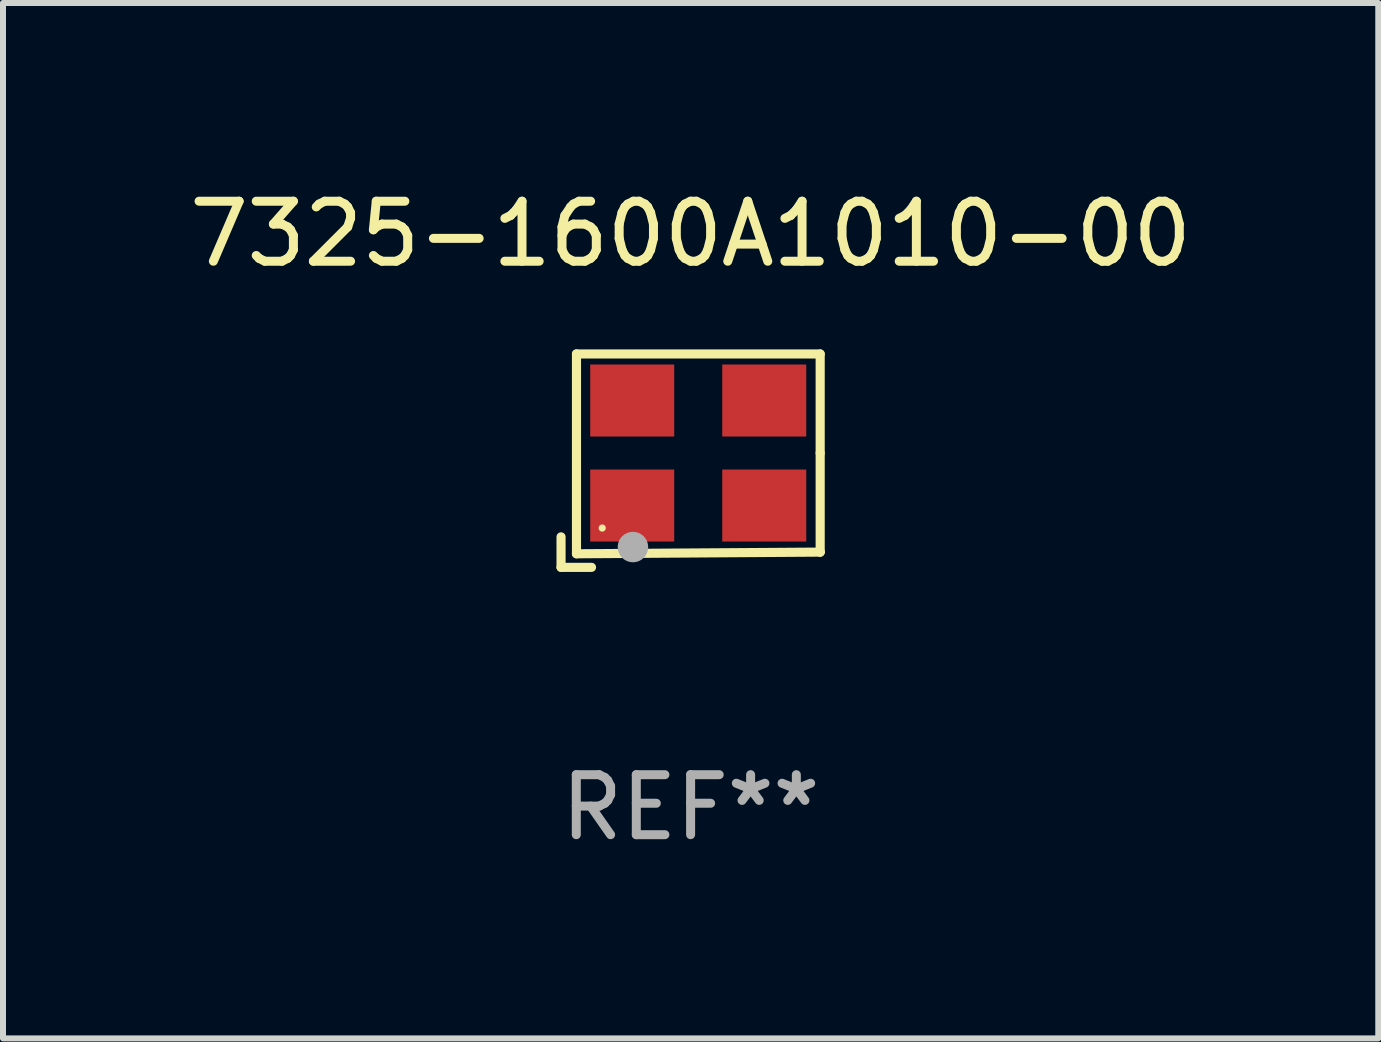
<source format=kicad_pcb>
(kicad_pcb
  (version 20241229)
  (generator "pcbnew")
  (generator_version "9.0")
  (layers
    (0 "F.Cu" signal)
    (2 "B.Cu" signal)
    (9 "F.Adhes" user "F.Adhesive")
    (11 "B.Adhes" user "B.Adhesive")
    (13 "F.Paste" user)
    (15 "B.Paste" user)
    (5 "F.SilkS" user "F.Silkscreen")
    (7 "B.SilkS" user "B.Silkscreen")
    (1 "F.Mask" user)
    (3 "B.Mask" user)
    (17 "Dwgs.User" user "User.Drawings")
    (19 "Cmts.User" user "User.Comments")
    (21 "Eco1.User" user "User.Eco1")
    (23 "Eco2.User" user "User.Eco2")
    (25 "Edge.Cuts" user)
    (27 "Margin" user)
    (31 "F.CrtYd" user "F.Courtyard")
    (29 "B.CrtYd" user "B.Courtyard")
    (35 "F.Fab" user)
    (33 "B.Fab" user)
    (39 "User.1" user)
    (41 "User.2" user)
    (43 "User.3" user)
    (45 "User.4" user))
  (footprint "7325-1600A1010-00"
    (layer "F.Cu")
    (at 8.458 4.626)
    (property "Reference" "7325-1600A1010-00" (at 0 -3.778 0) (layer "F.SilkS") (effects (font (size 1 1) (thickness 0.15))))
    (attr through_hole)
    (fp_line (start -2.159 1.27) (end -2.159 1.778) (stroke (width 0.152) (type solid)) (layer "F.SilkS"))
    (fp_line (start -2.159 1.778) (end -1.651 1.778) (stroke (width 0.152) (type solid)) (layer "F.SilkS"))
    (fp_line (start -1.902 -1.778) (end 2.159 -1.778) (stroke (width 0.152) (type solid)) (layer "F.SilkS"))
    (fp_line (start -1.902 1.552) (end -1.902 -1.778) (stroke (width 0.152) (type solid)) (layer "F.SilkS"))
    (fp_line (start 2.159 -1.778) (end 2.159 -0.127) (stroke (width 0.152) (type solid)) (layer "F.SilkS"))
    (fp_line (start 2.159 -0.127) (end 2.159 1.524) (stroke (width 0.152) (type solid)) (layer "F.SilkS"))
    (fp_line (start 2.159 1.524) (end -1.902 1.552) (stroke (width 0.152) (type solid)) (layer "F.SilkS"))
    (fp_line (start 2.159 1.524) (end 2.159 1.524) (stroke (width 0.152) (type solid)) (layer "F.SilkS"))
    (fp_circle (center -1.473 1.123) (end -1.443 1.123) (stroke (width 0.06) (type solid)) (fill no) (layer "F.SilkS"))
    (fp_circle (center -0.961 1.44) (end -0.834 1.44) (stroke (width 0.254) (type solid)) (fill no) (layer "F.Fab"))
    (fp_text user "REF**" (at 0 5.778 0) (layer "F.Fab") (effects (font (size 1 1) (thickness 0.15))))
    (pad "1" smd rect (at -0.973 0.748) (size 1.4 1.2) (layers "F.Cu" "F.Mask" "F.Paste"))
    (pad "2" smd rect (at 1.227 0.748) (size 1.4 1.2) (layers "F.Cu" "F.Mask" "F.Paste"))
    (pad "3" smd rect (at 1.227 -1.002) (size 1.4 1.2) (layers "F.Cu" "F.Mask" "F.Paste"))
    (pad "4" smd rect (at -0.973 -1.002) (size 1.4 1.2) (layers "F.Cu" "F.Mask" "F.Paste")))
  (gr_rect
    (start -3 -3)
    (end 19.917 14.253)
    (stroke (width 0.1) (type default))
    (fill no)
    (layer "Edge.Cuts")))
</source>
